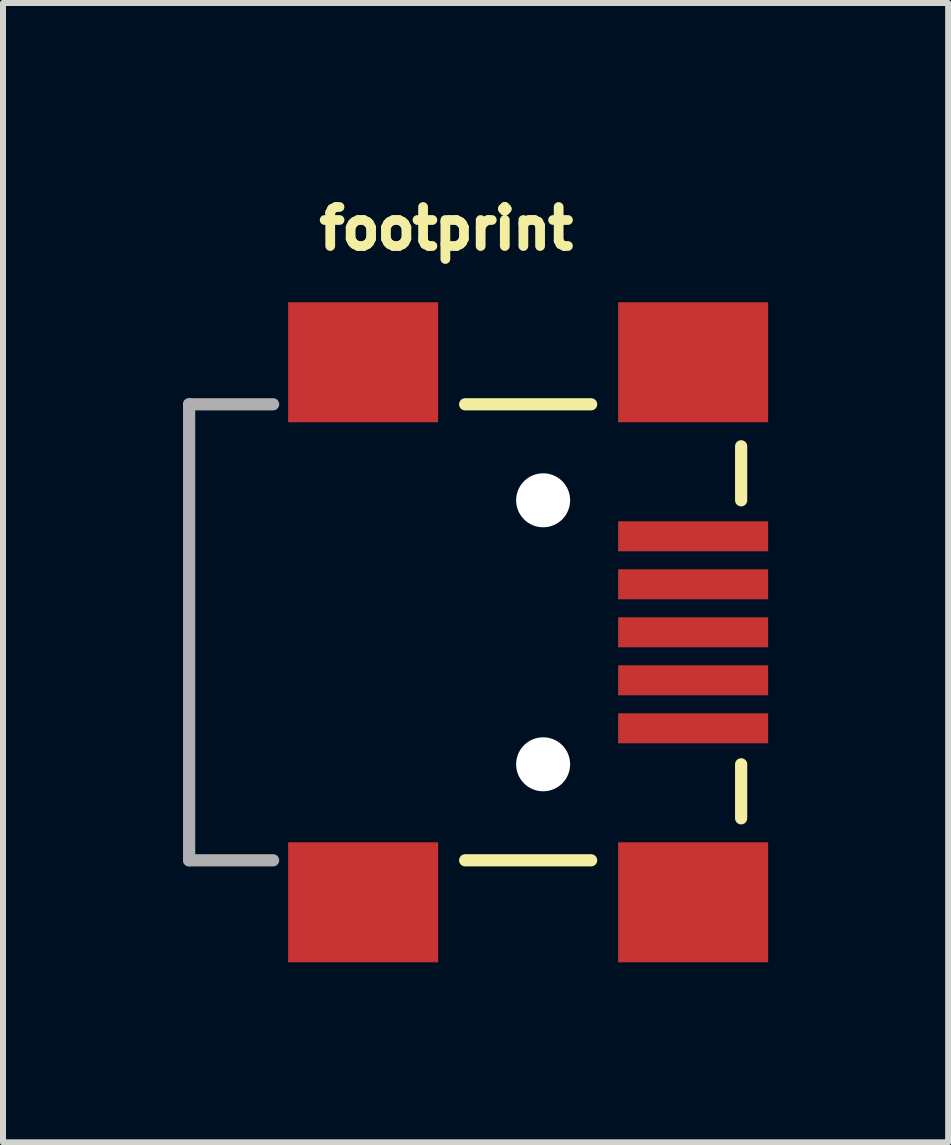
<source format=kicad_pcb>
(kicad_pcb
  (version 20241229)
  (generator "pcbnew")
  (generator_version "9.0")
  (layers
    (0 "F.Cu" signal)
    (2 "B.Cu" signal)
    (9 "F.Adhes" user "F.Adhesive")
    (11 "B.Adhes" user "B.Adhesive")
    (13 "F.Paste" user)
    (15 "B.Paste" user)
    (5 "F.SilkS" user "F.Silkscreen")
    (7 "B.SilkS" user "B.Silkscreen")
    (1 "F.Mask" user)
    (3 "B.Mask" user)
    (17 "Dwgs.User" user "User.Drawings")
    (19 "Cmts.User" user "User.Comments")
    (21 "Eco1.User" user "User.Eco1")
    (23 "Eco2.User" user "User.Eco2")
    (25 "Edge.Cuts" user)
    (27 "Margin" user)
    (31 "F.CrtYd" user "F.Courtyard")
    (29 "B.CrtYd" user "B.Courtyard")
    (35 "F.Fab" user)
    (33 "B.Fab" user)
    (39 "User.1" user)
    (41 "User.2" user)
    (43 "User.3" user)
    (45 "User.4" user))
  (footprint "footprint"
    (layer "F.Cu")
    (at 6.002 7.488)
    (property "Reference" "footprint" (at -3.81 -6.35 0) (layer "F.SilkS") (effects (font (size 0.65 0.65) (thickness 0.163)) (justify left bottom)))
    (fp_line (start -1.3 -3.8) (end 0.8 -3.8) (stroke (width 0.203) (type solid)) (layer "F.SilkS"))
    (fp_line (start 0.8 3.8) (end -1.3 3.8) (stroke (width 0.203) (type solid)) (layer "F.SilkS"))
    (fp_line (start 3.3 -3.1) (end 3.3 -2.2) (stroke (width 0.203) (type solid)) (layer "F.SilkS"))
    (fp_line (start 3.3 2.2) (end 3.3 3.1) (stroke (width 0.203) (type solid)) (layer "F.SilkS"))
    (fp_line (start -5.9 -3.8) (end -5.9 3.8) (stroke (width 0.203) (type solid)) (layer "F.Fab"))
    (fp_line (start -5.9 -3.8) (end -4.5 -3.8) (stroke (width 0.203) (type solid)) (layer "F.Fab"))
    (fp_line (start -5.9 3.8) (end -4.5 3.8) (stroke (width 0.203) (type solid)) (layer "F.Fab"))
    (pad "" np_thru_hole circle (at 0 -2.2) (size 0.9 0.9) (drill 0.9) (layers "*.Cu" "*.Mask"))
    (pad "" np_thru_hole circle (at 0 2.2) (size 0.9 0.9) (drill 0.9) (layers "*.Cu" "*.Mask"))
    (pad "D+" smd rect (at 2.5 0) (size 2.5 0.5) (layers "F.Cu" "F.Mask" "F.Paste"))
    (pad "D-" smd rect (at 2.5 -0.8) (size 2.5 0.5) (layers "F.Cu" "F.Mask" "F.Paste"))
    (pad "GND" smd rect (at 2.5 1.6) (size 2.5 0.5) (layers "F.Cu" "F.Mask" "F.Paste"))
    (pad "ID" smd rect (at 2.5 0.8) (size 2.5 0.5) (layers "F.Cu" "F.Mask" "F.Paste"))
    (pad "S1" smd rect (at -3 -4.5) (size 2.5 2) (layers "F.Cu" "F.Mask" "F.Paste"))
    (pad "S2" smd rect (at 2.5 -4.5) (size 2.5 2) (layers "F.Cu" "F.Mask" "F.Paste"))
    (pad "S3" smd rect (at -3 4.5) (size 2.5 2) (layers "F.Cu" "F.Mask" "F.Paste"))
    (pad "S4" smd rect (at 2.5 4.5) (size 2.5 2) (layers "F.Cu" "F.Mask" "F.Paste"))
    (pad "VBUS" smd rect (at 2.5 -1.6) (size 2.5 0.5) (layers "F.Cu" "F.Mask" "F.Paste")))
  (gr_rect
    (start -3 -3)
    (end 12.752 15.988)
    (stroke (width 0.1) (type default))
    (fill no)
    (layer "Edge.Cuts")))
</source>
